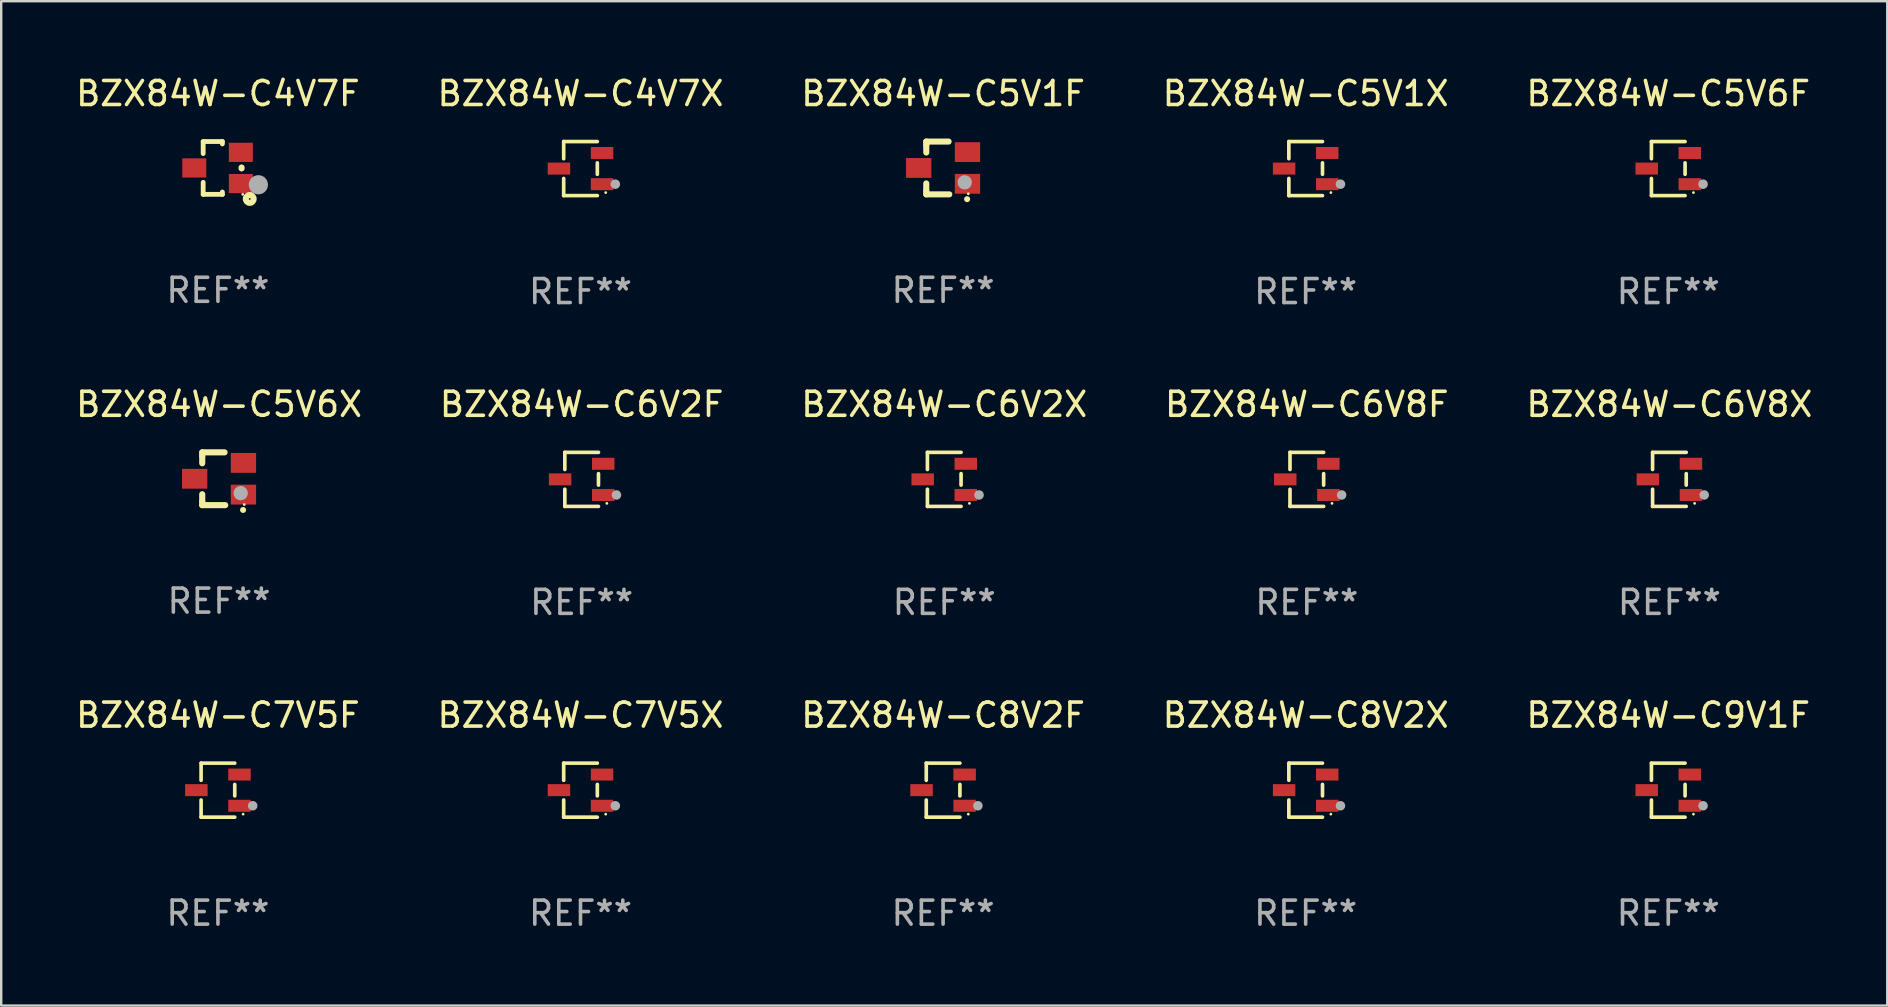
<source format=kicad_pcb>
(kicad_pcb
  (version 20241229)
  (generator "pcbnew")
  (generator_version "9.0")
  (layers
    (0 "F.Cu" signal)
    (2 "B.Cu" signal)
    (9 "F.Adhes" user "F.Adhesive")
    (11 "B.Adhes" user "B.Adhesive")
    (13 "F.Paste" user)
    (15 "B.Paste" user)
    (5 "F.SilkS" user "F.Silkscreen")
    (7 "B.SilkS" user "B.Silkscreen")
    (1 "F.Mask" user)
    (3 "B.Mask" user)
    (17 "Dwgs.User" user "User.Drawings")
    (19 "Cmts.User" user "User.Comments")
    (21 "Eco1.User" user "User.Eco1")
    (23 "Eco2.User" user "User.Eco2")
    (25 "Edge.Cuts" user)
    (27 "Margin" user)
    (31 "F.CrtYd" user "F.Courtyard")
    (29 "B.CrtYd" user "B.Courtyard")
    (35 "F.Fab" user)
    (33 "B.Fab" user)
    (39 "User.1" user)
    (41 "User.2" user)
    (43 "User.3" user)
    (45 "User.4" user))
  (footprint "BZX84W-C5V6X"
    (layer "F.Cu")
    (at 6.077 16.897)
    (property "Reference" "BZX84W-C5V6X" (at 0 -3.1 0) (layer "F.SilkS") (effects (font (size 1 1) (thickness 0.15))))
    (attr through_hole)
    (fp_line (start -0.701 -0.95) (end -0.701 -1.1) (stroke (width 0.254) (type solid)) (layer "F.SilkS"))
    (fp_line (start -0.701 -0.644) (end -0.701 -0.95) (stroke (width 0.254) (type solid)) (layer "F.SilkS"))
    (fp_line (start -0.701 0.95) (end -0.701 0.644) (stroke (width 0.254) (type solid)) (layer "F.SilkS"))
    (fp_line (start -0.701 0.95) (end -0.701 1.1) (stroke (width 0.254) (type solid)) (layer "F.SilkS"))
    (fp_line (start -0.7 -1.1) (end 0.23 -1.1) (stroke (width 0.254) (type solid)) (layer "F.SilkS"))
    (fp_line (start -0.7 1.1) (end 0.258 1.1) (stroke (width 0.254) (type solid)) (layer "F.SilkS"))
    (fp_arc (start 1 1.3) (mid 1.00127 1.299994) (end 1.00254 1.3) (stroke (width 0.24892) (type solid)) (layer "F.SilkS"))
    (fp_circle (center 1.05 1.075) (end 1.08 1.075) (stroke (width 0.06) (type solid)) (fill no) (layer "F.SilkS"))
    (fp_circle (center 0.9 0.6) (end 1.05 0.6) (stroke (width 0.3) (type solid)) (fill no) (layer "F.Fab"))
    (fp_text user "REF**" (at 0 5.1 0) (layer "F.Fab") (effects (font (size 1 1) (thickness 0.15))))
    (pad "1" smd rect (at 1.016 0.66) (size 1.054 0.826) (layers "F.Cu" "F.Mask" "F.Paste"))
    (pad "2" smd rect (at 1.016 -0.66) (size 1.054 0.826) (layers "F.Cu" "F.Mask" "F.Paste"))
    (pad "3" smd rect (at -1.016 0) (size 1.054 0.826) (layers "F.Cu" "F.Mask" "F.Paste")))
  (footprint "BZX84W-C5V6F"
    (layer "F.Cu")
    (at 66.458 3.974)
    (property "Reference" "BZX84W-C5V6F" (at 0 -3.126 0) (layer "F.SilkS") (effects (font (size 1 1) (thickness 0.15))))
    (attr through_hole)
    (fp_line (start -0.701 -1.126) (end -0.701 -0.411) (stroke (width 0.152) (type solid)) (layer "F.SilkS"))
    (fp_line (start -0.701 1.126) (end -0.701 0.411) (stroke (width 0.152) (type solid)) (layer "F.SilkS"))
    (fp_line (start 0.701 -1.126) (end -0.701 -1.126) (stroke (width 0.152) (type solid)) (layer "F.SilkS"))
    (fp_line (start 0.701 -0.239) (end 0.701 0.239) (stroke (width 0.152) (type solid)) (layer "F.SilkS"))
    (fp_line (start 0.701 1.126) (end -0.701 1.126) (stroke (width 0.152) (type solid)) (layer "F.SilkS"))
    (fp_circle (center 1.05 1) (end 1.08 1) (stroke (width 0.06) (type solid)) (fill no) (layer "F.SilkS"))
    (fp_circle (center 1.45 0.65) (end 1.55 0.65) (stroke (width 0.2) (type solid)) (fill no) (layer "F.Fab"))
    (fp_text user "REF**" (at 0 5.126 0) (layer "F.Fab") (effects (font (size 1 1) (thickness 0.15))))
    (pad "1" smd rect (at 0.898 0.65) (size 0.936 0.5) (layers "F.Cu" "F.Mask" "F.Paste"))
    (pad "2" smd rect (at 0.898 -0.65) (size 0.936 0.5) (layers "F.Cu" "F.Mask" "F.Paste"))
    (pad "3" smd rect (at -0.898 0) (size 0.936 0.5) (layers "F.Cu" "F.Mask" "F.Paste")))
  (footprint "BZX84W-C7V5F"
    (layer "F.Cu")
    (at 6.03 29.872)
    (property "Reference" "BZX84W-C7V5F" (at 0 -3.126 0) (layer "F.SilkS") (effects (font (size 1 1) (thickness 0.15))))
    (attr through_hole)
    (fp_line (start -0.701 -1.126) (end -0.701 -0.411) (stroke (width 0.152) (type solid)) (layer "F.SilkS"))
    (fp_line (start -0.701 1.126) (end -0.701 0.411) (stroke (width 0.152) (type solid)) (layer "F.SilkS"))
    (fp_line (start 0.701 -1.126) (end -0.701 -1.126) (stroke (width 0.152) (type solid)) (layer "F.SilkS"))
    (fp_line (start 0.701 -0.239) (end 0.701 0.239) (stroke (width 0.152) (type solid)) (layer "F.SilkS"))
    (fp_line (start 0.701 1.126) (end -0.701 1.126) (stroke (width 0.152) (type solid)) (layer "F.SilkS"))
    (fp_circle (center 1.05 1) (end 1.08 1) (stroke (width 0.06) (type solid)) (fill no) (layer "F.SilkS"))
    (fp_circle (center 1.45 0.65) (end 1.55 0.65) (stroke (width 0.2) (type solid)) (fill no) (layer "F.Fab"))
    (fp_text user "REF**" (at 0 5.126 0) (layer "F.Fab") (effects (font (size 1 1) (thickness 0.15))))
    (pad "1" smd rect (at 0.898 0.65) (size 0.936 0.5) (layers "F.Cu" "F.Mask" "F.Paste"))
    (pad "2" smd rect (at 0.898 -0.65) (size 0.936 0.5) (layers "F.Cu" "F.Mask" "F.Paste"))
    (pad "3" smd rect (at -0.898 0) (size 0.936 0.5) (layers "F.Cu" "F.Mask" "F.Paste")))
  (footprint "BZX84W-C8V2F"
    (layer "F.Cu")
    (at 36.244 29.872)
    (property "Reference" "BZX84W-C8V2F" (at 0 -3.126 0) (layer "F.SilkS") (effects (font (size 1 1) (thickness 0.15))))
    (attr through_hole)
    (fp_line (start -0.701 -1.126) (end -0.701 -0.411) (stroke (width 0.152) (type solid)) (layer "F.SilkS"))
    (fp_line (start -0.701 1.126) (end -0.701 0.411) (stroke (width 0.152) (type solid)) (layer "F.SilkS"))
    (fp_line (start 0.701 -1.126) (end -0.701 -1.126) (stroke (width 0.152) (type solid)) (layer "F.SilkS"))
    (fp_line (start 0.701 -0.239) (end 0.701 0.239) (stroke (width 0.152) (type solid)) (layer "F.SilkS"))
    (fp_line (start 0.701 1.126) (end -0.701 1.126) (stroke (width 0.152) (type solid)) (layer "F.SilkS"))
    (fp_circle (center 1.05 1) (end 1.08 1) (stroke (width 0.06) (type solid)) (fill no) (layer "F.SilkS"))
    (fp_circle (center 1.45 0.65) (end 1.55 0.65) (stroke (width 0.2) (type solid)) (fill no) (layer "F.Fab"))
    (fp_text user "REF**" (at 0 5.126 0) (layer "F.Fab") (effects (font (size 1 1) (thickness 0.15))))
    (pad "1" smd rect (at 0.898 0.65) (size 0.936 0.5) (layers "F.Cu" "F.Mask" "F.Paste"))
    (pad "2" smd rect (at 0.898 -0.65) (size 0.936 0.5) (layers "F.Cu" "F.Mask" "F.Paste"))
    (pad "3" smd rect (at -0.898 0) (size 0.936 0.5) (layers "F.Cu" "F.Mask" "F.Paste")))
  (footprint "BZX84W-C4V7F"
    (layer "F.Cu")
    (at 6.03 3.948)
    (property "Reference" "BZX84W-C4V7F" (at 0 -3.1 0) (layer "F.SilkS") (effects (font (size 1 1) (thickness 0.15))))
    (attr through_hole)
    (fp_line (start -0.615 -1.1) (end -0.615 -0.599) (stroke (width 0.2) (type solid)) (layer "F.SilkS"))
    (fp_line (start -0.615 1.1) (end -0.615 0.599) (stroke (width 0.2) (type solid)) (layer "F.SilkS"))
    (fp_line (start 0.185 -1.1) (end -0.615 -1.1) (stroke (width 0.2) (type solid)) (layer "F.SilkS"))
    (fp_line (start 0.185 -1.001) (end 0.185 -1.1) (stroke (width 0.2) (type solid)) (layer "F.SilkS"))
    (fp_line (start 0.185 1.001) (end 0.185 1.1) (stroke (width 0.2) (type solid)) (layer "F.SilkS"))
    (fp_line (start 0.185 1.1) (end -0.615 1.1) (stroke (width 0.2) (type solid)) (layer "F.SilkS"))
    (fp_line (start 0.985 0.019) (end 0.985 -0.019) (stroke (width 0.254) (type solid)) (layer "F.SilkS"))
    (fp_circle (center 1.035 1.1) (end 1.065 1.1) (stroke (width 0.06) (type solid)) (fill no) (layer "F.SilkS"))
    (fp_circle (center 1.325 1.29) (end 1.361 1.29) (stroke (width 0.254) (type solid)) (fill no) (layer "F.SilkS"))
    (fp_circle (center 1.685 0.7) (end 1.885 0.7) (stroke (width 0.4) (type solid)) (fill no) (layer "F.Fab"))
    (fp_text user "REF**" (at 0 5.1 0) (layer "F.Fab") (effects (font (size 1 1) (thickness 0.15))))
    (pad "1" smd rect (at 0.955 0.65 90) (size 0.8 1) (layers "F.Cu" "F.Mask" "F.Paste"))
    (pad "2" smd rect (at 0.955 -0.65 90) (size 0.8 1) (layers "F.Cu" "F.Mask" "F.Paste"))
    (pad "3" smd rect (at -0.985 -0.000267 90) (size 0.8 1) (layers "F.Cu" "F.Mask" "F.Paste")))
  (footprint "BZX84W-C6V8X"
    (layer "F.Cu")
    (at 66.506 16.923)
    (property "Reference" "BZX84W-C6V8X" (at 0 -3.126 0) (layer "F.SilkS") (effects (font (size 1 1) (thickness 0.15))))
    (attr through_hole)
    (fp_line (start -0.701 -1.126) (end -0.701 -0.411) (stroke (width 0.152) (type solid)) (layer "F.SilkS"))
    (fp_line (start -0.701 1.126) (end -0.701 0.411) (stroke (width 0.152) (type solid)) (layer "F.SilkS"))
    (fp_line (start 0.701 -1.126) (end -0.701 -1.126) (stroke (width 0.152) (type solid)) (layer "F.SilkS"))
    (fp_line (start 0.701 -0.239) (end 0.701 0.239) (stroke (width 0.152) (type solid)) (layer "F.SilkS"))
    (fp_line (start 0.701 1.126) (end -0.701 1.126) (stroke (width 0.152) (type solid)) (layer "F.SilkS"))
    (fp_circle (center 1.05 1) (end 1.08 1) (stroke (width 0.06) (type solid)) (fill no) (layer "F.SilkS"))
    (fp_circle (center 1.45 0.65) (end 1.55 0.65) (stroke (width 0.2) (type solid)) (fill no) (layer "F.Fab"))
    (fp_text user "REF**" (at 0 5.126 0) (layer "F.Fab") (effects (font (size 1 1) (thickness 0.15))))
    (pad "1" smd rect (at 0.898 0.65) (size 0.936 0.5) (layers "F.Cu" "F.Mask" "F.Paste"))
    (pad "2" smd rect (at 0.898 -0.65) (size 0.936 0.5) (layers "F.Cu" "F.Mask" "F.Paste"))
    (pad "3" smd rect (at -0.898 0) (size 0.936 0.5) (layers "F.Cu" "F.Mask" "F.Paste")))
  (footprint "BZX84W-C5V1X"
    (layer "F.Cu")
    (at 51.351 3.974)
    (property "Reference" "BZX84W-C5V1X" (at 0 -3.126 0) (layer "F.SilkS") (effects (font (size 1 1) (thickness 0.15))))
    (attr through_hole)
    (fp_line (start -0.701 -1.126) (end -0.701 -0.411) (stroke (width 0.152) (type solid)) (layer "F.SilkS"))
    (fp_line (start -0.701 1.126) (end -0.701 0.411) (stroke (width 0.152) (type solid)) (layer "F.SilkS"))
    (fp_line (start 0.701 -1.126) (end -0.701 -1.126) (stroke (width 0.152) (type solid)) (layer "F.SilkS"))
    (fp_line (start 0.701 -0.239) (end 0.701 0.239) (stroke (width 0.152) (type solid)) (layer "F.SilkS"))
    (fp_line (start 0.701 1.126) (end -0.701 1.126) (stroke (width 0.152) (type solid)) (layer "F.SilkS"))
    (fp_circle (center 1.05 1) (end 1.08 1) (stroke (width 0.06) (type solid)) (fill no) (layer "F.SilkS"))
    (fp_circle (center 1.45 0.65) (end 1.55 0.65) (stroke (width 0.2) (type solid)) (fill no) (layer "F.Fab"))
    (fp_text user "REF**" (at 0 5.126 0) (layer "F.Fab") (effects (font (size 1 1) (thickness 0.15))))
    (pad "1" smd rect (at 0.898 0.65) (size 0.936 0.5) (layers "F.Cu" "F.Mask" "F.Paste"))
    (pad "2" smd rect (at 0.898 -0.65) (size 0.936 0.5) (layers "F.Cu" "F.Mask" "F.Paste"))
    (pad "3" smd rect (at -0.898 0) (size 0.936 0.5) (layers "F.Cu" "F.Mask" "F.Paste")))
  (footprint "BZX84W-C6V2X"
    (layer "F.Cu")
    (at 36.292 16.923)
    (property "Reference" "BZX84W-C6V2X" (at 0 -3.126 0) (layer "F.SilkS") (effects (font (size 1 1) (thickness 0.15))))
    (attr through_hole)
    (fp_line (start -0.701 -1.126) (end -0.701 -0.411) (stroke (width 0.152) (type solid)) (layer "F.SilkS"))
    (fp_line (start -0.701 1.126) (end -0.701 0.411) (stroke (width 0.152) (type solid)) (layer "F.SilkS"))
    (fp_line (start 0.701 -1.126) (end -0.701 -1.126) (stroke (width 0.152) (type solid)) (layer "F.SilkS"))
    (fp_line (start 0.701 -0.239) (end 0.701 0.239) (stroke (width 0.152) (type solid)) (layer "F.SilkS"))
    (fp_line (start 0.701 1.126) (end -0.701 1.126) (stroke (width 0.152) (type solid)) (layer "F.SilkS"))
    (fp_circle (center 1.05 1) (end 1.08 1) (stroke (width 0.06) (type solid)) (fill no) (layer "F.SilkS"))
    (fp_circle (center 1.45 0.65) (end 1.55 0.65) (stroke (width 0.2) (type solid)) (fill no) (layer "F.Fab"))
    (fp_text user "REF**" (at 0 5.126 0) (layer "F.Fab") (effects (font (size 1 1) (thickness 0.15))))
    (pad "1" smd rect (at 0.898 0.65) (size 0.936 0.5) (layers "F.Cu" "F.Mask" "F.Paste"))
    (pad "2" smd rect (at 0.898 -0.65) (size 0.936 0.5) (layers "F.Cu" "F.Mask" "F.Paste"))
    (pad "3" smd rect (at -0.898 0) (size 0.936 0.5) (layers "F.Cu" "F.Mask" "F.Paste")))
  (footprint "BZX84W-C7V5X"
    (layer "F.Cu")
    (at 21.137 29.872)
    (property "Reference" "BZX84W-C7V5X" (at 0 -3.126 0) (layer "F.SilkS") (effects (font (size 1 1) (thickness 0.15))))
    (attr through_hole)
    (fp_line (start -0.701 -1.126) (end -0.701 -0.411) (stroke (width 0.152) (type solid)) (layer "F.SilkS"))
    (fp_line (start -0.701 1.126) (end -0.701 0.411) (stroke (width 0.152) (type solid)) (layer "F.SilkS"))
    (fp_line (start 0.701 -1.126) (end -0.701 -1.126) (stroke (width 0.152) (type solid)) (layer "F.SilkS"))
    (fp_line (start 0.701 -0.239) (end 0.701 0.239) (stroke (width 0.152) (type solid)) (layer "F.SilkS"))
    (fp_line (start 0.701 1.126) (end -0.701 1.126) (stroke (width 0.152) (type solid)) (layer "F.SilkS"))
    (fp_circle (center 1.05 1) (end 1.08 1) (stroke (width 0.06) (type solid)) (fill no) (layer "F.SilkS"))
    (fp_circle (center 1.45 0.65) (end 1.55 0.65) (stroke (width 0.2) (type solid)) (fill no) (layer "F.Fab"))
    (fp_text user "REF**" (at 0 5.126 0) (layer "F.Fab") (effects (font (size 1 1) (thickness 0.15))))
    (pad "1" smd rect (at 0.898 0.65) (size 0.936 0.5) (layers "F.Cu" "F.Mask" "F.Paste"))
    (pad "2" smd rect (at 0.898 -0.65) (size 0.936 0.5) (layers "F.Cu" "F.Mask" "F.Paste"))
    (pad "3" smd rect (at -0.898 0) (size 0.936 0.5) (layers "F.Cu" "F.Mask" "F.Paste")))
  (footprint "BZX84W-C6V8F"
    (layer "F.Cu")
    (at 51.399 16.923)
    (property "Reference" "BZX84W-C6V8F" (at 0 -3.126 0) (layer "F.SilkS") (effects (font (size 1 1) (thickness 0.15))))
    (attr through_hole)
    (fp_line (start -0.701 -1.126) (end -0.701 -0.411) (stroke (width 0.152) (type solid)) (layer "F.SilkS"))
    (fp_line (start -0.701 1.126) (end -0.701 0.411) (stroke (width 0.152) (type solid)) (layer "F.SilkS"))
    (fp_line (start 0.701 -1.126) (end -0.701 -1.126) (stroke (width 0.152) (type solid)) (layer "F.SilkS"))
    (fp_line (start 0.701 -0.239) (end 0.701 0.239) (stroke (width 0.152) (type solid)) (layer "F.SilkS"))
    (fp_line (start 0.701 1.126) (end -0.701 1.126) (stroke (width 0.152) (type solid)) (layer "F.SilkS"))
    (fp_circle (center 1.05 1) (end 1.08 1) (stroke (width 0.06) (type solid)) (fill no) (layer "F.SilkS"))
    (fp_circle (center 1.45 0.65) (end 1.55 0.65) (stroke (width 0.2) (type solid)) (fill no) (layer "F.Fab"))
    (fp_text user "REF**" (at 0 5.126 0) (layer "F.Fab") (effects (font (size 1 1) (thickness 0.15))))
    (pad "1" smd rect (at 0.898 0.65) (size 0.936 0.5) (layers "F.Cu" "F.Mask" "F.Paste"))
    (pad "2" smd rect (at 0.898 -0.65) (size 0.936 0.5) (layers "F.Cu" "F.Mask" "F.Paste"))
    (pad "3" smd rect (at -0.898 0) (size 0.936 0.5) (layers "F.Cu" "F.Mask" "F.Paste")))
  (footprint "BZX84W-C6V2F"
    (layer "F.Cu")
    (at 21.185 16.923)
    (property "Reference" "BZX84W-C6V2F" (at 0 -3.126 0) (layer "F.SilkS") (effects (font (size 1 1) (thickness 0.15))))
    (attr through_hole)
    (fp_line (start -0.701 -1.126) (end -0.701 -0.411) (stroke (width 0.152) (type solid)) (layer "F.SilkS"))
    (fp_line (start -0.701 1.126) (end -0.701 0.411) (stroke (width 0.152) (type solid)) (layer "F.SilkS"))
    (fp_line (start 0.701 -1.126) (end -0.701 -1.126) (stroke (width 0.152) (type solid)) (layer "F.SilkS"))
    (fp_line (start 0.701 -0.239) (end 0.701 0.239) (stroke (width 0.152) (type solid)) (layer "F.SilkS"))
    (fp_line (start 0.701 1.126) (end -0.701 1.126) (stroke (width 0.152) (type solid)) (layer "F.SilkS"))
    (fp_circle (center 1.05 1) (end 1.08 1) (stroke (width 0.06) (type solid)) (fill no) (layer "F.SilkS"))
    (fp_circle (center 1.45 0.65) (end 1.55 0.65) (stroke (width 0.2) (type solid)) (fill no) (layer "F.Fab"))
    (fp_text user "REF**" (at 0 5.126 0) (layer "F.Fab") (effects (font (size 1 1) (thickness 0.15))))
    (pad "1" smd rect (at 0.898 0.65) (size 0.936 0.5) (layers "F.Cu" "F.Mask" "F.Paste"))
    (pad "2" smd rect (at 0.898 -0.65) (size 0.936 0.5) (layers "F.Cu" "F.Mask" "F.Paste"))
    (pad "3" smd rect (at -0.898 0) (size 0.936 0.5) (layers "F.Cu" "F.Mask" "F.Paste")))
  (footprint "BZX84W-C8V2X"
    (layer "F.Cu")
    (at 51.351 29.872)
    (property "Reference" "BZX84W-C8V2X" (at 0 -3.126 0) (layer "F.SilkS") (effects (font (size 1 1) (thickness 0.15))))
    (attr through_hole)
    (fp_line (start -0.701 -1.126) (end -0.701 -0.411) (stroke (width 0.152) (type solid)) (layer "F.SilkS"))
    (fp_line (start -0.701 1.126) (end -0.701 0.411) (stroke (width 0.152) (type solid)) (layer "F.SilkS"))
    (fp_line (start 0.701 -1.126) (end -0.701 -1.126) (stroke (width 0.152) (type solid)) (layer "F.SilkS"))
    (fp_line (start 0.701 -0.239) (end 0.701 0.239) (stroke (width 0.152) (type solid)) (layer "F.SilkS"))
    (fp_line (start 0.701 1.126) (end -0.701 1.126) (stroke (width 0.152) (type solid)) (layer "F.SilkS"))
    (fp_circle (center 1.05 1) (end 1.08 1) (stroke (width 0.06) (type solid)) (fill no) (layer "F.SilkS"))
    (fp_circle (center 1.45 0.65) (end 1.55 0.65) (stroke (width 0.2) (type solid)) (fill no) (layer "F.Fab"))
    (fp_text user "REF**" (at 0 5.126 0) (layer "F.Fab") (effects (font (size 1 1) (thickness 0.15))))
    (pad "1" smd rect (at 0.898 0.65) (size 0.936 0.5) (layers "F.Cu" "F.Mask" "F.Paste"))
    (pad "2" smd rect (at 0.898 -0.65) (size 0.936 0.5) (layers "F.Cu" "F.Mask" "F.Paste"))
    (pad "3" smd rect (at -0.898 0) (size 0.936 0.5) (layers "F.Cu" "F.Mask" "F.Paste")))
  (footprint "BZX84W-C4V7X"
    (layer "F.Cu")
    (at 21.137 3.974)
    (property "Reference" "BZX84W-C4V7X" (at 0 -3.126 0) (layer "F.SilkS") (effects (font (size 1 1) (thickness 0.15))))
    (attr through_hole)
    (fp_line (start -0.701 -1.126) (end -0.701 -0.411) (stroke (width 0.152) (type solid)) (layer "F.SilkS"))
    (fp_line (start -0.701 1.126) (end -0.701 0.411) (stroke (width 0.152) (type solid)) (layer "F.SilkS"))
    (fp_line (start 0.701 -1.126) (end -0.701 -1.126) (stroke (width 0.152) (type solid)) (layer "F.SilkS"))
    (fp_line (start 0.701 -0.239) (end 0.701 0.239) (stroke (width 0.152) (type solid)) (layer "F.SilkS"))
    (fp_line (start 0.701 1.126) (end -0.701 1.126) (stroke (width 0.152) (type solid)) (layer "F.SilkS"))
    (fp_circle (center 1.05 1) (end 1.08 1) (stroke (width 0.06) (type solid)) (fill no) (layer "F.SilkS"))
    (fp_circle (center 1.45 0.65) (end 1.55 0.65) (stroke (width 0.2) (type solid)) (fill no) (layer "F.Fab"))
    (fp_text user "REF**" (at 0 5.126 0) (layer "F.Fab") (effects (font (size 1 1) (thickness 0.15))))
    (pad "1" smd rect (at 0.898 0.65) (size 0.936 0.5) (layers "F.Cu" "F.Mask" "F.Paste"))
    (pad "2" smd rect (at 0.898 -0.65) (size 0.936 0.5) (layers "F.Cu" "F.Mask" "F.Paste"))
    (pad "3" smd rect (at -0.898 0) (size 0.936 0.5) (layers "F.Cu" "F.Mask" "F.Paste")))
  (footprint "BZX84W-C9V1F"
    (layer "F.Cu")
    (at 66.458 29.872)
    (property "Reference" "BZX84W-C9V1F" (at 0 -3.126 0) (layer "F.SilkS") (effects (font (size 1 1) (thickness 0.15))))
    (attr through_hole)
    (fp_line (start -0.701 -1.126) (end -0.701 -0.411) (stroke (width 0.152) (type solid)) (layer "F.SilkS"))
    (fp_line (start -0.701 1.126) (end -0.701 0.411) (stroke (width 0.152) (type solid)) (layer "F.SilkS"))
    (fp_line (start 0.701 -1.126) (end -0.701 -1.126) (stroke (width 0.152) (type solid)) (layer "F.SilkS"))
    (fp_line (start 0.701 -0.239) (end 0.701 0.239) (stroke (width 0.152) (type solid)) (layer "F.SilkS"))
    (fp_line (start 0.701 1.126) (end -0.701 1.126) (stroke (width 0.152) (type solid)) (layer "F.SilkS"))
    (fp_circle (center 1.05 1) (end 1.08 1) (stroke (width 0.06) (type solid)) (fill no) (layer "F.SilkS"))
    (fp_circle (center 1.45 0.65) (end 1.55 0.65) (stroke (width 0.2) (type solid)) (fill no) (layer "F.Fab"))
    (fp_text user "REF**" (at 0 5.126 0) (layer "F.Fab") (effects (font (size 1 1) (thickness 0.15))))
    (pad "1" smd rect (at 0.898 0.65) (size 0.936 0.5) (layers "F.Cu" "F.Mask" "F.Paste"))
    (pad "2" smd rect (at 0.898 -0.65) (size 0.936 0.5) (layers "F.Cu" "F.Mask" "F.Paste"))
    (pad "3" smd rect (at -0.898 0) (size 0.936 0.5) (layers "F.Cu" "F.Mask" "F.Paste")))
  (footprint "BZX84W-C5V1F"
    (layer "F.Cu")
    (at 36.244 3.948)
    (property "Reference" "BZX84W-C5V1F" (at 0 -3.1 0) (layer "F.SilkS") (effects (font (size 1 1) (thickness 0.15))))
    (attr through_hole)
    (fp_line (start -0.701 -0.95) (end -0.701 -1.1) (stroke (width 0.254) (type solid)) (layer "F.SilkS"))
    (fp_line (start -0.701 -0.644) (end -0.701 -0.95) (stroke (width 0.254) (type solid)) (layer "F.SilkS"))
    (fp_line (start -0.701 0.95) (end -0.701 0.644) (stroke (width 0.254) (type solid)) (layer "F.SilkS"))
    (fp_line (start -0.701 0.95) (end -0.701 1.1) (stroke (width 0.254) (type solid)) (layer "F.SilkS"))
    (fp_line (start -0.7 -1.1) (end 0.23 -1.1) (stroke (width 0.254) (type solid)) (layer "F.SilkS"))
    (fp_line (start -0.7 1.1) (end 0.258 1.1) (stroke (width 0.254) (type solid)) (layer "F.SilkS"))
    (fp_arc (start 1 1.3) (mid 1.00127 1.299994) (end 1.00254 1.3) (stroke (width 0.24892) (type solid)) (layer "F.SilkS"))
    (fp_circle (center 1.05 1.075) (end 1.08 1.075) (stroke (width 0.06) (type solid)) (fill no) (layer "F.SilkS"))
    (fp_circle (center 0.9 0.6) (end 1.05 0.6) (stroke (width 0.3) (type solid)) (fill no) (layer "F.Fab"))
    (fp_text user "REF**" (at 0 5.1 0) (layer "F.Fab") (effects (font (size 1 1) (thickness 0.15))))
    (pad "1" smd rect (at 1.016 0.66) (size 1.054 0.826) (layers "F.Cu" "F.Mask" "F.Paste"))
    (pad "2" smd rect (at 1.016 -0.66) (size 1.054 0.826) (layers "F.Cu" "F.Mask" "F.Paste"))
    (pad "3" smd rect (at -1.016 0) (size 1.054 0.826) (layers "F.Cu" "F.Mask" "F.Paste")))
  (gr_rect
    (start -3 -3)
    (end 75.583 38.847)
    (stroke (width 0.1) (type default))
    (fill no)
    (layer "Edge.Cuts")))
</source>
